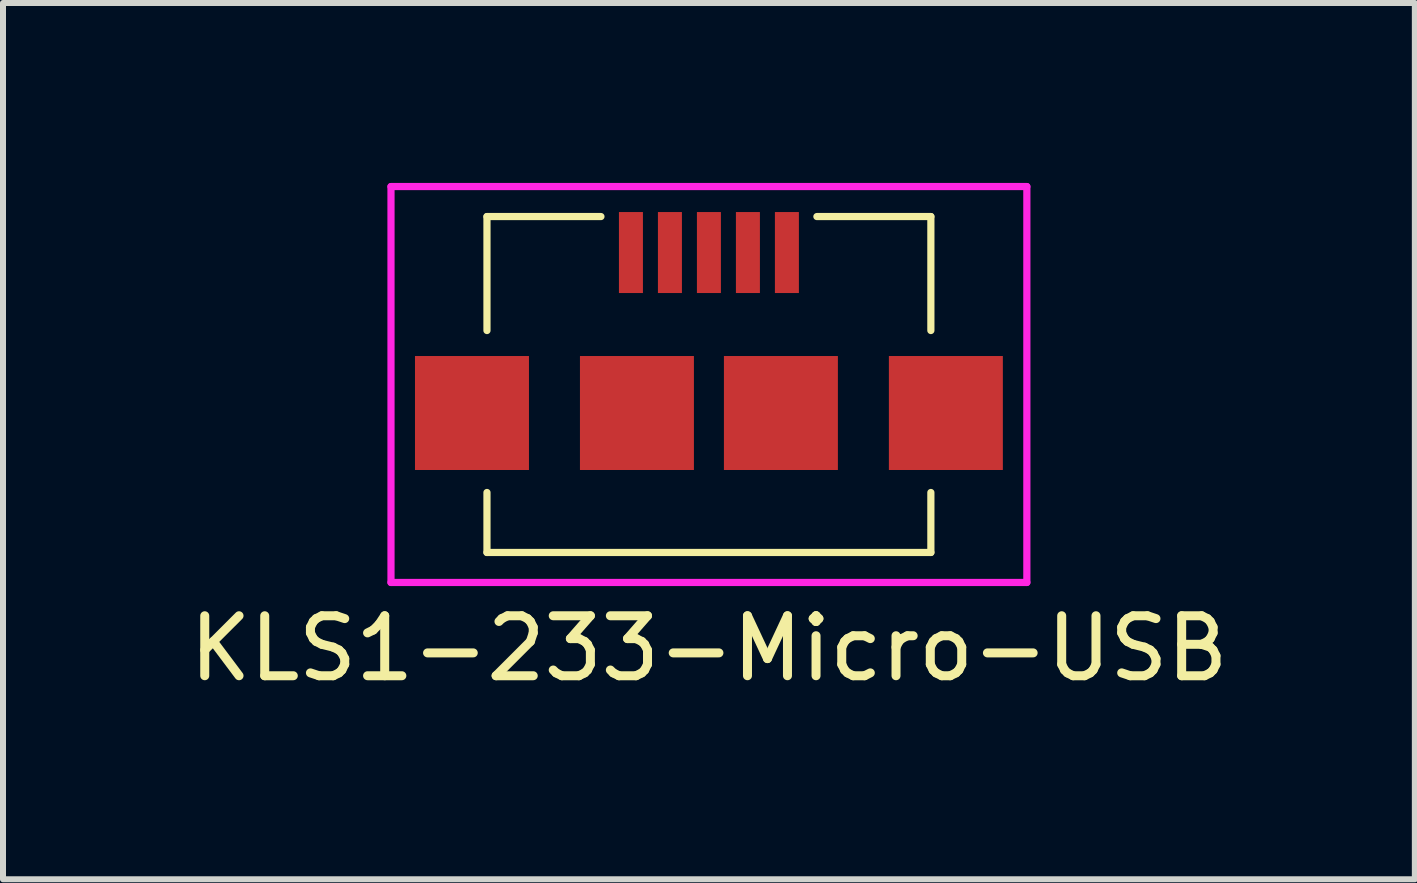
<source format=kicad_pcb>
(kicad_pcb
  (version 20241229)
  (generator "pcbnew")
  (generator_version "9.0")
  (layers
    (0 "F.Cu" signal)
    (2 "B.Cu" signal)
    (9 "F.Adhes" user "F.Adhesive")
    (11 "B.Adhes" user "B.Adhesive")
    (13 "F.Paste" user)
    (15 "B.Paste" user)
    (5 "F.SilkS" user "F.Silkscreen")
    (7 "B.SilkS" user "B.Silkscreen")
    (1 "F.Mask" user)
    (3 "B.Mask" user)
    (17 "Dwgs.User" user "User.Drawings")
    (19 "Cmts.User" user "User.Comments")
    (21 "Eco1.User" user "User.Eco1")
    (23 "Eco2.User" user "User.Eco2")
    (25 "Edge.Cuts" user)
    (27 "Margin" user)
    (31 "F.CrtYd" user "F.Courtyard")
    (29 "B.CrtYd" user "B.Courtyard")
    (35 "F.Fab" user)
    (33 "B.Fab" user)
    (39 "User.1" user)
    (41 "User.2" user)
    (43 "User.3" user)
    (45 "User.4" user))
  (footprint "KLS1-233-Micro-USB"
    (layer "F.Cu")
    (at 8.768 1.16)
    (property "Reference" "KLS1-233-Micro-USB" (at 0 6.6 0) (layer "F.SilkS") (effects (font (size 1 1) (thickness 0.15))))
    (attr smd)
    (fp_line (start -3.7 -0.6) (end -1.8 -0.6) (stroke (width 0.12) (type solid)) (layer "F.SilkS"))
    (fp_line (start -3.7 1.3) (end -3.7 -0.6) (stroke (width 0.12) (type solid)) (layer "F.SilkS"))
    (fp_line (start -3.7 5) (end -3.7 4) (stroke (width 0.12) (type solid)) (layer "F.SilkS"))
    (fp_line (start 1.8 -0.6) (end 3.7 -0.6) (stroke (width 0.12) (type solid)) (layer "F.SilkS"))
    (fp_line (start 3.7 -0.6) (end 3.7 1.3) (stroke (width 0.12) (type solid)) (layer "F.SilkS"))
    (fp_line (start 3.7 4) (end 3.7 5) (stroke (width 0.12) (type solid)) (layer "F.SilkS"))
    (fp_line (start 3.7 5) (end -3.7 5) (stroke (width 0.12) (type solid)) (layer "F.SilkS"))
    (fp_line (start -5.3 -1.1) (end 5.3 -1.1) (stroke (width 0.12) (type solid)) (layer "F.CrtYd"))
    (fp_line (start -5.3 5.5) (end -5.3 -1.1) (stroke (width 0.12) (type solid)) (layer "F.CrtYd"))
    (fp_line (start 5.3 -1.1) (end 5.3 5.5) (stroke (width 0.12) (type solid)) (layer "F.CrtYd"))
    (fp_line (start 5.3 5.5) (end -5.3 5.5) (stroke (width 0.12) (type solid)) (layer "F.CrtYd"))
    (pad "1" smd rect (at -1.3 0) (size 0.4 1.35) (layers "F.Cu" "F.Mask" "F.Paste"))
    (pad "2" smd rect (at -0.65 0) (size 0.4 1.35) (layers "F.Cu" "F.Mask" "F.Paste"))
    (pad "3" smd rect (at 0 0) (size 0.4 1.35) (layers "F.Cu" "F.Mask" "F.Paste"))
    (pad "4" smd rect (at 0.65 0) (size 0.4 1.35) (layers "F.Cu" "F.Mask" "F.Paste"))
    (pad "5" smd rect (at 1.3 0) (size 0.4 1.35) (layers "F.Cu" "F.Mask" "F.Paste"))
    (pad "6" smd rect (at -3.95 2.675) (size 1.9 1.9) (layers "F.Cu" "F.Mask" "F.Paste"))
    (pad "6" smd rect (at -1.2 2.675) (size 1.9 1.9) (layers "F.Cu" "F.Mask" "F.Paste"))
    (pad "6" smd rect (at 1.2 2.675) (size 1.9 1.9) (layers "F.Cu" "F.Mask" "F.Paste"))
    (pad "6" smd rect (at 3.95 2.675) (size 1.9 1.9) (layers "F.Cu" "F.Mask" "F.Paste")))
  (gr_rect
    (start -3 -3)
    (end 20.536 11.608)
    (stroke (width 0.1) (type default))
    (fill no)
    (layer "Edge.Cuts")))
</source>
